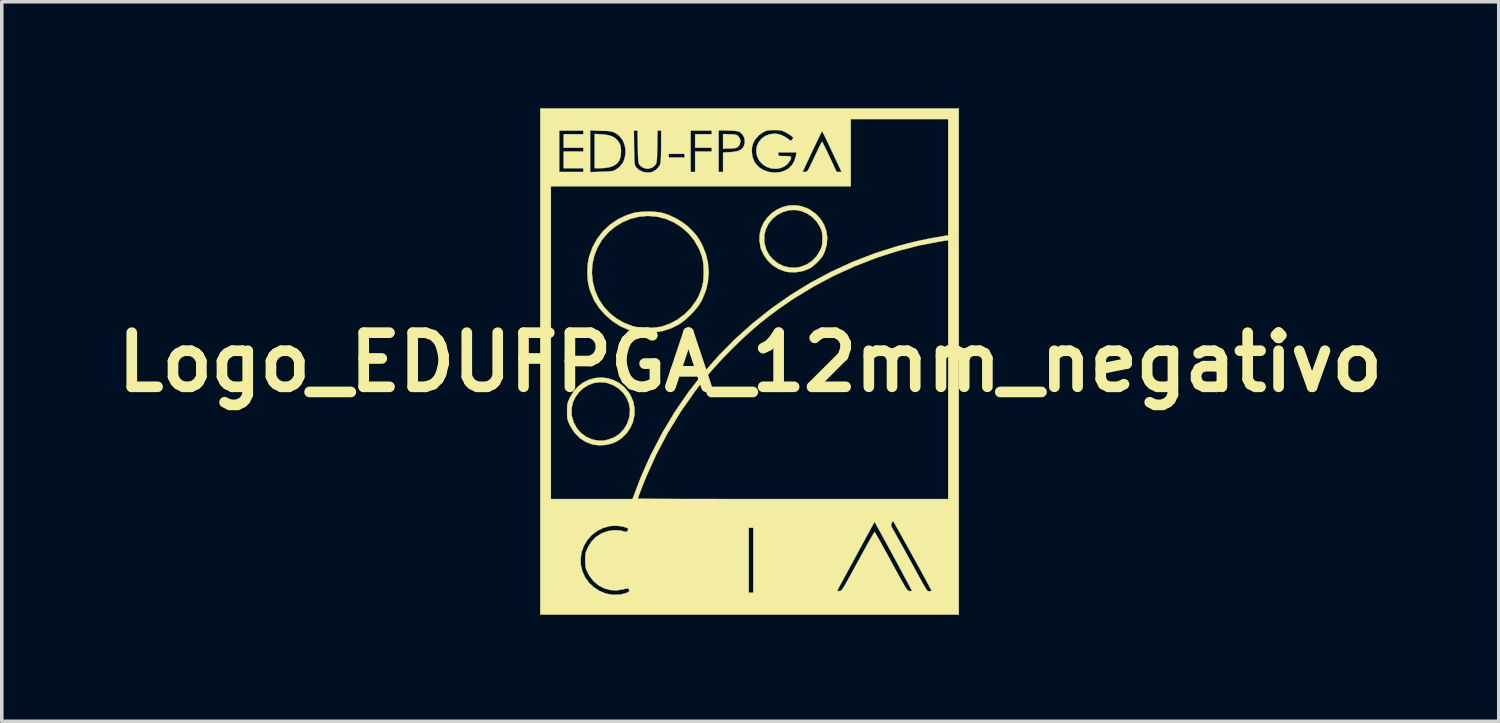
<source format=kicad_pcb>
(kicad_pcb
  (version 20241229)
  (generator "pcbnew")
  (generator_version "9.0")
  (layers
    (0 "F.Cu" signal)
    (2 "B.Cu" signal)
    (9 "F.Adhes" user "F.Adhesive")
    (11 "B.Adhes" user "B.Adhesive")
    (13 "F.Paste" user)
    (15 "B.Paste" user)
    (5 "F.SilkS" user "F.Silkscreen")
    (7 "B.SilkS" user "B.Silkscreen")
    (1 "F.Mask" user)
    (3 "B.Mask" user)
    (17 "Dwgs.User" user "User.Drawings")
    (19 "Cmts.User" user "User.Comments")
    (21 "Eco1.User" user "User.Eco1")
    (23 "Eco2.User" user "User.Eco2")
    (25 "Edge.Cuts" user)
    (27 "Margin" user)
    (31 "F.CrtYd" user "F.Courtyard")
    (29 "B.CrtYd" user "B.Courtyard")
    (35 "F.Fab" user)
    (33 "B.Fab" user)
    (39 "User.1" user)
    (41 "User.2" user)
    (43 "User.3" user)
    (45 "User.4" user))
  (footprint "Logo_EDUFPGA_12mm_negativo"
    (layer "F.Cu")
    (at 18.078 7.153)
    (property "Reference" "Logo_EDUFPGA_12mm_negativo" (at 0 0 0) (layer "F.SilkS") (effects (font (size 1.524 1.524) (thickness 0.3))))
    (attr through_hole)
    (fp_poly (pts (xy -0.573 -6.421) (xy -0.48 -6.417) (xy -0.419 -6.41) (xy -0.379 -6.398) (xy -0.351 -6.379) (xy -0.328 -6.354) (xy -0.285 -6.276) (xy -0.277 -6.222) (xy -0.296 -6.139) (xy -0.328 -6.091) (xy -0.355 -6.062) (xy -0.385 -6.044) (xy -0.427 -6.033) (xy -0.492 -6.027) (xy -0.573 -6.023) (xy -0.766 -6.016) (xy -0.766 -6.429) (xy -0.573 -6.421)) (stroke (width 0.01) (type solid)) (fill yes) (layer "F.SilkS"))
    (fp_poly (pts (xy -4.179 -6.419) (xy -4.025 -6.402) (xy -3.905 -6.369) (xy -3.811 -6.319) (xy -3.736 -6.247) (xy -3.713 -6.216) (xy -3.677 -6.157) (xy -3.656 -6.1) (xy -3.645 -6.026) (xy -3.641 -5.968) (xy -3.647 -5.82) (xy -3.681 -5.699) (xy -3.746 -5.605) (xy -3.843 -5.537) (xy -3.973 -5.492) (xy -4.138 -5.47) (xy -4.236 -5.467) (xy -4.382 -5.467) (xy -4.382 -6.431) (xy -4.179 -6.419)) (stroke (width 0.01) (type solid)) (fill yes) (layer "F.SilkS"))
    (fp_poly (pts (xy 1.424 -4.4) (xy 1.6 -4.34) (xy 1.683 -4.296) (xy 1.847 -4.178) (xy 1.979 -4.036) (xy 2.077 -3.875) (xy 2.14 -3.699) (xy 2.167 -3.515) (xy 2.155 -3.327) (xy 2.105 -3.139) (xy 2.048 -3.015) (xy 1.992 -2.933) (xy 1.911 -2.842) (xy 1.819 -2.753) (xy 1.726 -2.679) (xy 1.663 -2.64) (xy 1.482 -2.57) (xy 1.287 -2.537) (xy 1.091 -2.54) (xy 0.958 -2.566) (xy 0.785 -2.633) (xy 0.627 -2.736) (xy 0.489 -2.869) (xy 0.379 -3.024) (xy 0.302 -3.195) (xy 0.288 -3.245) (xy 0.263 -3.407) (xy 0.393 -3.407) (xy 0.404 -3.334) (xy 0.454 -3.163) (xy 0.536 -3.016) (xy 0.631 -2.905) (xy 0.777 -2.789) (xy 0.939 -2.71) (xy 1.112 -2.668) (xy 1.29 -2.665) (xy 1.415 -2.688) (xy 1.591 -2.756) (xy 1.745 -2.86) (xy 1.872 -2.996) (xy 1.965 -3.148) (xy 1.998 -3.222) (xy 2.018 -3.284) (xy 2.028 -3.351) (xy 2.031 -3.439) (xy 2.031 -3.478) (xy 2.03 -3.577) (xy 2.022 -3.65) (xy 2.006 -3.713) (xy 1.978 -3.782) (xy 1.966 -3.808) (xy 1.871 -3.962) (xy 1.749 -4.09) (xy 1.604 -4.19) (xy 1.444 -4.258) (xy 1.275 -4.29) (xy 1.102 -4.284) (xy 1.081 -4.28) (xy 0.904 -4.228) (xy 0.747 -4.143) (xy 0.615 -4.032) (xy 0.51 -3.897) (xy 0.435 -3.745) (xy 0.395 -3.58) (xy 0.393 -3.407) (xy 0.263 -3.407) (xy 0.258 -3.434) (xy 0.267 -3.616) (xy 0.31 -3.786) (xy 0.384 -3.942) (xy 0.484 -4.082) (xy 0.607 -4.202) (xy 0.748 -4.299) (xy 0.905 -4.37) (xy 1.072 -4.413) (xy 1.246 -4.424) (xy 1.424 -4.4)) (stroke (width 0.01) (type solid)) (fill yes) (layer "F.SilkS"))
    (fp_poly (pts (xy -4.024 0.447) (xy -3.855 0.498) (xy -3.695 0.58) (xy -3.551 0.696) (xy -3.425 0.845) (xy -3.372 0.93) (xy -3.296 1.107) (xy -3.26 1.291) (xy -3.261 1.476) (xy -3.298 1.658) (xy -3.37 1.83) (xy -3.474 1.987) (xy -3.611 2.124) (xy -3.745 2.219) (xy -3.901 2.288) (xy -4.077 2.327) (xy -4.26 2.336) (xy -4.438 2.313) (xy -4.465 2.306) (xy -4.642 2.237) (xy -4.802 2.131) (xy -4.941 1.99) (xy -5.055 1.818) (xy -5.082 1.766) (xy -5.117 1.691) (xy -5.139 1.632) (xy -5.152 1.575) (xy -5.157 1.506) (xy -5.159 1.411) (xy -5.159 1.383) (xy -5.158 1.298) (xy -5.033 1.298) (xy -5.032 1.467) (xy -5.025 1.514) (xy -4.971 1.697) (xy -4.883 1.858) (xy -4.764 1.993) (xy -4.619 2.099) (xy -4.449 2.171) (xy -4.424 2.178) (xy -4.281 2.206) (xy -4.148 2.206) (xy -4.009 2.179) (xy -3.833 2.113) (xy -3.682 2.013) (xy -3.559 1.883) (xy -3.466 1.726) (xy -3.406 1.546) (xy -3.398 1.502) (xy -3.388 1.326) (xy -3.417 1.157) (xy -3.482 1) (xy -3.578 0.859) (xy -3.703 0.739) (xy -3.853 0.645) (xy -4.024 0.582) (xy -4.081 0.57) (xy -4.252 0.558) (xy -4.417 0.585) (xy -4.571 0.645) (xy -4.711 0.735) (xy -4.831 0.849) (xy -4.928 0.984) (xy -4.997 1.135) (xy -5.033 1.298) (xy -5.158 1.298) (xy -5.158 1.28) (xy -5.154 1.206) (xy -5.143 1.147) (xy -5.123 1.089) (xy -5.091 1.018) (xy -5.08 0.994) (xy -4.976 0.821) (xy -4.849 0.679) (xy -4.702 0.569) (xy -4.542 0.49) (xy -4.372 0.444) (xy -4.198 0.429) (xy -4.024 0.447)) (stroke (width 0.01) (type solid)) (fill yes) (layer "F.SilkS"))
    (fp_poly (pts (xy -2.735 -4.241) (xy -2.592 -4.229) (xy -2.476 -4.208) (xy -2.468 -4.206) (xy -2.282 -4.143) (xy -2.093 -4.054) (xy -1.914 -3.946) (xy -1.76 -3.828) (xy -1.737 -3.807) (xy -1.609 -3.679) (xy -1.507 -3.56) (xy -1.424 -3.435) (xy -1.353 -3.305) (xy -1.253 -3.055) (xy -1.192 -2.798) (xy -1.172 -2.537) (xy -1.192 -2.277) (xy -1.251 -2.022) (xy -1.35 -1.778) (xy -1.408 -1.671) (xy -1.489 -1.553) (xy -1.598 -1.425) (xy -1.722 -1.298) (xy -1.851 -1.183) (xy -1.975 -1.09) (xy -2.015 -1.065) (xy -2.237 -0.955) (xy -2.467 -0.882) (xy -2.715 -0.845) (xy -2.819 -0.839) (xy -2.931 -0.838) (xy -3.039 -0.84) (xy -3.128 -0.845) (xy -3.18 -0.851) (xy -3.43 -0.917) (xy -3.662 -1.019) (xy -3.88 -1.159) (xy -4.087 -1.34) (xy -4.096 -1.349) (xy -4.267 -1.545) (xy -4.4 -1.756) (xy -4.501 -1.99) (xy -4.535 -2.097) (xy -4.568 -2.255) (xy -4.585 -2.436) (xy -4.585 -2.523) (xy -4.461 -2.523) (xy -4.436 -2.27) (xy -4.371 -2.017) (xy -4.37 -2.013) (xy -4.269 -1.784) (xy -4.133 -1.576) (xy -3.966 -1.393) (xy -3.772 -1.237) (xy -3.555 -1.112) (xy -3.319 -1.021) (xy -3.143 -0.979) (xy -3.042 -0.969) (xy -2.915 -0.967) (xy -2.776 -0.972) (xy -2.64 -0.984) (xy -2.522 -1.002) (xy -2.478 -1.012) (xy -2.251 -1.093) (xy -2.036 -1.212) (xy -1.839 -1.362) (xy -1.666 -1.539) (xy -1.524 -1.737) (xy -1.459 -1.857) (xy -1.394 -2.008) (xy -1.349 -2.148) (xy -1.323 -2.291) (xy -1.312 -2.454) (xy -1.311 -2.542) (xy -1.316 -2.719) (xy -1.335 -2.87) (xy -1.37 -3.01) (xy -1.425 -3.154) (xy -1.458 -3.225) (xy -1.586 -3.444) (xy -1.745 -3.638) (xy -1.934 -3.803) (xy -2.146 -3.938) (xy -2.378 -4.039) (xy -2.625 -4.102) (xy -2.64 -4.105) (xy -2.885 -4.123) (xy -3.131 -4.102) (xy -3.372 -4.042) (xy -3.601 -3.945) (xy -3.815 -3.814) (xy -4.002 -3.654) (xy -4.168 -3.459) (xy -4.298 -3.244) (xy -4.391 -3.014) (xy -4.445 -2.772) (xy -4.461 -2.523) (xy -4.585 -2.523) (xy -4.586 -2.626) (xy -4.571 -2.808) (xy -4.54 -2.969) (xy -4.536 -2.985) (xy -4.44 -3.245) (xy -4.31 -3.481) (xy -4.147 -3.691) (xy -3.955 -3.872) (xy -3.735 -4.023) (xy -3.489 -4.141) (xy -3.297 -4.204) (xy -3.185 -4.226) (xy -3.045 -4.239) (xy -2.89 -4.244) (xy -2.735 -4.241)) (stroke (width 0.01) (type solid)) (fill yes) (layer "F.SilkS"))
    (fp_poly (pts (xy 5.871 7.105) (xy -5.914 7.105) (xy -5.914 5.521) (xy -4.778 5.521) (xy -4.771 5.711) (xy -4.73 5.883) (xy -4.651 6.057) (xy -4.539 6.21) (xy -4.402 6.338) (xy -4.244 6.439) (xy -4.071 6.51) (xy -3.889 6.546) (xy -3.704 6.544) (xy -3.616 6.53) (xy -3.511 6.503) (xy -3.444 6.477) (xy -3.411 6.448) (xy -3.409 6.413) (xy -3.423 6.384) (xy -3.439 6.37) (xy -3.469 6.367) (xy -3.523 6.377) (xy -3.581 6.393) (xy -3.767 6.422) (xy -3.948 6.411) (xy -4.119 6.362) (xy -4.277 6.278) (xy -4.415 6.16) (xy -4.529 6.012) (xy -4.569 5.939) (xy -4.606 5.86) (xy -4.63 5.799) (xy -4.642 5.739) (xy -4.647 5.667) (xy -4.648 5.574) (xy -4.647 5.475) (xy -4.642 5.404) (xy -4.628 5.345) (xy -4.604 5.283) (xy -4.569 5.208) (xy -4.472 5.05) (xy -4.352 4.925) (xy -4.203 4.826) (xy -4.161 4.805) (xy -4 4.751) (xy -3.827 4.728) (xy -3.656 4.737) (xy -3.508 4.775) (xy -3.474 4.769) (xy -3.45 4.733) (xy -3.437 4.693) (xy -3.451 4.671) (xy -3.478 4.659) (xy -0.043 4.659) (xy -0.043 6.488) (xy 0.085 6.488) (xy 0.085 6.428) (xy 2.449 6.428) (xy 2.462 6.44) (xy 2.505 6.443) (xy 2.512 6.442) (xy 2.529 6.439) (xy 2.546 6.433) (xy 2.563 6.421) (xy 2.584 6.398) (xy 2.61 6.361) (xy 2.644 6.308) (xy 2.687 6.235) (xy 2.741 6.139) (xy 2.809 6.017) (xy 2.892 5.865) (xy 2.993 5.68) (xy 3.034 5.605) (xy 3.128 5.433) (xy 3.216 5.274) (xy 3.296 5.13) (xy 3.366 5.005) (xy 3.423 4.905) (xy 3.467 4.831) (xy 3.493 4.788) (xy 3.501 4.779) (xy 3.515 4.798) (xy 3.546 4.85) (xy 3.593 4.933) (xy 3.654 5.041) (xy 3.727 5.172) (xy 3.809 5.321) (xy 3.899 5.485) (xy 3.966 5.609) (xy 4.073 5.806) (xy 4.162 5.969) (xy 4.235 6.101) (xy 4.294 6.206) (xy 4.34 6.286) (xy 4.377 6.346) (xy 4.405 6.387) (xy 4.427 6.414) (xy 4.446 6.43) (xy 4.462 6.438) (xy 4.479 6.441) (xy 4.484 6.442) (xy 4.53 6.443) (xy 4.552 6.436) (xy 4.552 6.435) (xy 4.543 6.414) (xy 4.515 6.359) (xy 4.471 6.276) (xy 4.413 6.167) (xy 4.344 6.039) (xy 4.266 5.893) (xy 4.181 5.736) (xy 4.092 5.57) (xy 4 5.4) (xy 3.908 5.231) (xy 3.818 5.066) (xy 3.732 4.91) (xy 3.653 4.766) (xy 3.584 4.64) (xy 3.543 4.566) (xy 3.967 4.566) (xy 3.967 4.599) (xy 3.983 4.642) (xy 4.016 4.704) (xy 4.036 4.738) (xy 4.067 4.791) (xy 4.114 4.876) (xy 4.176 4.987) (xy 4.25 5.119) (xy 4.331 5.266) (xy 4.418 5.424) (xy 4.488 5.552) (xy 4.601 5.758) (xy 4.695 5.93) (xy 4.772 6.071) (xy 4.835 6.184) (xy 4.884 6.272) (xy 4.922 6.338) (xy 4.952 6.385) (xy 4.974 6.417) (xy 4.99 6.435) (xy 5.004 6.445) (xy 5.016 6.447) (xy 5.028 6.447) (xy 5.042 6.446) (xy 5.043 6.446) (xy 5.087 6.442) (xy 5.106 6.433) (xy 5.096 6.411) (xy 5.067 6.357) (xy 5.023 6.273) (xy 4.965 6.166) (xy 4.896 6.038) (xy 4.818 5.895) (xy 4.733 5.74) (xy 4.643 5.578) (xy 4.552 5.412) (xy 4.461 5.247) (xy 4.372 5.088) (xy 4.288 4.938) (xy 4.212 4.801) (xy 4.145 4.683) (xy 4.09 4.586) (xy 4.049 4.515) (xy 4.025 4.475) (xy 4.019 4.467) (xy 4.002 4.485) (xy 3.98 4.527) (xy 3.978 4.531) (xy 3.967 4.566) (xy 3.543 4.566) (xy 3.538 4.558) (xy 3.499 4.489) (xy 2.978 5.448) (xy 2.877 5.634) (xy 2.782 5.809) (xy 2.695 5.97) (xy 2.619 6.112) (xy 2.554 6.232) (xy 2.503 6.327) (xy 2.468 6.392) (xy 2.451 6.425) (xy 2.449 6.428) (xy 0.085 6.428) (xy 0.085 4.659) (xy -0.043 4.659) (xy -3.478 4.659) (xy -3.484 4.656) (xy -3.63 4.616) (xy -3.792 4.6) (xy -3.948 4.61) (xy -3.951 4.611) (xy -4.144 4.664) (xy -4.316 4.75) (xy -4.466 4.865) (xy -4.589 5.004) (xy -4.685 5.163) (xy -4.749 5.337) (xy -4.778 5.521) (xy -5.914 5.521) (xy -5.914 -4.957) (xy -5.616 -4.957) (xy -5.616 3.85) (xy -3.318 3.85) (xy -3.314 3.841) (xy -3.17 3.841) (xy -3.149 3.842) (xy -3.087 3.843) (xy -2.987 3.844) (xy -2.851 3.845) (xy -2.679 3.846) (xy -2.475 3.846) (xy -2.241 3.847) (xy -1.978 3.848) (xy -1.688 3.848) (xy -1.374 3.849) (xy -1.036 3.849) (xy -0.679 3.85) (xy -0.302 3.85) (xy 0.091 3.85) (xy 0.499 3.85) (xy 0.92 3.85) (xy 1.202 3.85) (xy 5.574 3.85) (xy 5.574 -3.44) (xy 5.387 -3.411) (xy 4.773 -3.295) (xy 4.159 -3.138) (xy 3.549 -2.942) (xy 2.948 -2.709) (xy 2.359 -2.441) (xy 1.787 -2.138) (xy 1.237 -1.804) (xy 1.14 -1.74) (xy 0.813 -1.515) (xy 0.512 -1.292) (xy 0.226 -1.063) (xy -0.054 -0.819) (xy -0.339 -0.553) (xy -0.522 -0.373) (xy -0.774 -0.115) (xy -0.999 0.129) (xy -1.209 0.372) (xy -1.412 0.625) (xy -1.559 0.818) (xy -1.958 1.387) (xy -2.319 1.975) (xy -2.641 2.582) (xy -2.925 3.205) (xy -3.066 3.56) (xy -3.104 3.659) (xy -3.135 3.744) (xy -3.158 3.807) (xy -3.169 3.839) (xy -3.17 3.841) (xy -3.314 3.841) (xy -3.298 3.803) (xy -3.282 3.763) (xy -3.256 3.694) (xy -3.224 3.607) (xy -3.2 3.542) (xy -3.073 3.217) (xy -2.923 2.872) (xy -2.788 2.583) (xy -2.477 1.983) (xy -2.13 1.405) (xy -1.751 0.852) (xy -1.34 0.323) (xy -0.899 -0.178) (xy -0.431 -0.652) (xy 0.065 -1.096) (xy 0.585 -1.51) (xy 1.129 -1.891) (xy 1.694 -2.239) (xy 2.28 -2.552) (xy 2.884 -2.829) (xy 3.505 -3.069) (xy 4.141 -3.27) (xy 4.2 -3.286) (xy 4.413 -3.343) (xy 4.612 -3.392) (xy 4.807 -3.436) (xy 5.011 -3.478) (xy 5.235 -3.519) (xy 5.488 -3.562) (xy 5.504 -3.564) (xy 5.574 -3.576) (xy 5.574 -6.85) (xy 2.829 -6.85) (xy 2.829 -4.957) (xy -5.616 -4.957) (xy -5.914 -4.957) (xy -5.914 -5.356) (xy -4.51 -5.356) (xy -4.196 -5.365) (xy -4.063 -5.369) (xy -3.966 -5.376) (xy -3.895 -5.384) (xy -3.844 -5.397) (xy -3.808 -5.412) (xy -3.685 -5.498) (xy -3.593 -5.611) (xy -3.553 -5.696) (xy -3.516 -5.843) (xy -3.513 -5.993) (xy -3.541 -6.137) (xy -3.598 -6.266) (xy -3.682 -6.37) (xy -3.683 -6.372) (xy -3.748 -6.425) (xy -3.809 -6.464) (xy -3.877 -6.491) (xy -3.961 -6.509) (xy -4.068 -6.52) (xy -4.209 -6.526) (xy -4.217 -6.526) (xy -4.356 -6.531) (xy -3.278 -6.531) (xy -3.272 -6.047) (xy -3.27 -5.891) (xy -3.267 -5.771) (xy -3.264 -5.682) (xy -3.259 -5.618) (xy -3.253 -5.573) (xy -3.243 -5.541) (xy -3.231 -5.516) (xy -3.218 -5.496) (xy -3.139 -5.419) (xy -3.035 -5.367) (xy -2.919 -5.343) (xy -2.803 -5.349) (xy -2.738 -5.369) (xy -2.654 -5.422) (xy -2.58 -5.499) (xy -2.533 -5.58) (xy -2.525 -5.622) (xy -2.519 -5.701) (xy -2.514 -5.81) (xy -2.513 -5.871) (xy -2.297 -5.871) (xy -2.297 -5.765) (xy -1.851 -5.765) (xy -1.851 -5.871) (xy -2.297 -5.871) (xy -2.513 -5.871) (xy -2.511 -5.945) (xy -2.51 -6.085) (xy -2.51 -6.531) (xy -1.681 -6.531) (xy -1.681 -5.361) (xy -1.553 -5.361) (xy -0.893 -5.361) (xy -0.766 -5.361) (xy -0.766 -5.909) (xy -0.569 -5.918) (xy -0.528 -5.922) (xy 0.042 -5.922) (xy 0.061 -5.788) (xy 0.105 -5.67) (xy 0.117 -5.648) (xy 0.169 -5.576) (xy 0.231 -5.508) (xy 0.26 -5.482) (xy 0.385 -5.407) (xy 0.532 -5.359) (xy 0.689 -5.341) (xy 0.844 -5.355) (xy 0.866 -5.361) (xy 1.472 -5.361) (xy 1.541 -5.361) (xy 1.564 -5.362) (xy 1.584 -5.367) (xy 1.603 -5.382) (xy 1.625 -5.412) (xy 1.653 -5.46) (xy 1.689 -5.532) (xy 1.737 -5.632) (xy 1.8 -5.766) (xy 1.809 -5.786) (xy 1.868 -5.91) (xy 1.92 -6.019) (xy 1.965 -6.109) (xy 1.998 -6.174) (xy 2.017 -6.208) (xy 2.021 -6.212) (xy 2.033 -6.193) (xy 2.061 -6.142) (xy 2.1 -6.063) (xy 2.15 -5.961) (xy 2.206 -5.844) (xy 2.233 -5.786) (xy 2.432 -5.361) (xy 2.572 -5.361) (xy 2.454 -5.611) (xy 2.402 -5.723) (xy 2.338 -5.858) (xy 2.27 -6.003) (xy 2.205 -6.142) (xy 2.185 -6.185) (xy 2.134 -6.292) (xy 2.089 -6.384) (xy 2.053 -6.455) (xy 2.03 -6.498) (xy 2.022 -6.509) (xy 2.01 -6.49) (xy 1.983 -6.438) (xy 1.943 -6.356) (xy 1.891 -6.25) (xy 1.831 -6.125) (xy 1.764 -5.984) (xy 1.741 -5.935) (xy 1.472 -5.361) (xy 0.866 -5.361) (xy 0.941 -5.382) (xy 1.073 -5.452) (xy 1.176 -5.554) (xy 1.248 -5.684) (xy 1.287 -5.823) (xy 1.301 -5.914) (xy 0.787 -5.914) (xy 0.787 -5.861) (xy 0.789 -5.835) (xy 0.799 -5.819) (xy 0.827 -5.811) (xy 0.881 -5.808) (xy 0.968 -5.808) (xy 1.063 -5.806) (xy 1.122 -5.798) (xy 1.147 -5.779) (xy 1.146 -5.745) (xy 1.123 -5.692) (xy 1.118 -5.682) (xy 1.044 -5.581) (xy 0.946 -5.509) (xy 0.831 -5.465) (xy 0.707 -5.45) (xy 0.58 -5.464) (xy 0.458 -5.506) (xy 0.349 -5.576) (xy 0.258 -5.674) (xy 0.239 -5.702) (xy 0.184 -5.831) (xy 0.167 -5.961) (xy 0.187 -6.088) (xy 0.24 -6.204) (xy 0.323 -6.303) (xy 0.434 -6.38) (xy 0.563 -6.426) (xy 0.71 -6.439) (xy 0.852 -6.411) (xy 0.993 -6.341) (xy 1.027 -6.318) (xy 1.143 -6.234) (xy 1.183 -6.278) (xy 1.207 -6.308) (xy 1.206 -6.331) (xy 1.177 -6.36) (xy 1.159 -6.375) (xy 1.104 -6.415) (xy 1.029 -6.459) (xy 0.979 -6.485) (xy 0.913 -6.514) (xy 0.852 -6.531) (xy 0.781 -6.539) (xy 0.685 -6.541) (xy 0.67 -6.541) (xy 0.571 -6.539) (xy 0.5 -6.532) (xy 0.442 -6.517) (xy 0.384 -6.491) (xy 0.37 -6.484) (xy 0.239 -6.392) (xy 0.133 -6.269) (xy 0.08 -6.173) (xy 0.047 -6.055) (xy 0.042 -5.922) (xy -0.528 -5.922) (xy -0.435 -5.93) (xy -0.336 -5.952) (xy -0.263 -5.989) (xy -0.209 -6.042) (xy -0.191 -6.069) (xy -0.155 -6.166) (xy -0.155 -6.27) (xy -0.188 -6.369) (xy -0.253 -6.453) (xy -0.291 -6.482) (xy -0.325 -6.499) (xy -0.373 -6.511) (xy -0.442 -6.519) (xy -0.541 -6.525) (xy -0.621 -6.528) (xy -0.893 -6.535) (xy -0.893 -5.361) (xy -1.553 -5.361) (xy -1.553 -5.935) (xy -1.085 -5.935) (xy -1.085 -6.042) (xy -1.553 -6.042) (xy -1.553 -6.424) (xy -1.085 -6.424) (xy -1.085 -6.531) (xy -1.681 -6.531) (xy -2.51 -6.531) (xy -2.613 -6.531) (xy -2.62 -6.079) (xy -2.623 -5.928) (xy -2.625 -5.814) (xy -2.629 -5.73) (xy -2.634 -5.67) (xy -2.642 -5.628) (xy -2.652 -5.598) (xy -2.666 -5.573) (xy -2.676 -5.558) (xy -2.746 -5.493) (xy -2.835 -5.459) (xy -2.931 -5.455) (xy -3.023 -5.483) (xy -3.1 -5.541) (xy -3.115 -5.559) (xy -3.129 -5.582) (xy -3.141 -5.608) (xy -3.149 -5.645) (xy -3.155 -5.698) (xy -3.159 -5.772) (xy -3.162 -5.875) (xy -3.165 -6.012) (xy -3.166 -6.075) (xy -3.173 -6.531) (xy -3.278 -6.531) (xy -4.356 -6.531) (xy -4.51 -6.536) (xy -4.51 -5.356) (xy -5.914 -5.356) (xy -5.914 -6.531) (xy -5.382 -6.531) (xy -5.382 -5.361) (xy -4.701 -5.361) (xy -4.701 -5.467) (xy -5.254 -5.467) (xy -5.254 -5.935) (xy -4.701 -5.935) (xy -4.701 -6.042) (xy -5.254 -6.042) (xy -5.254 -6.424) (xy -4.701 -6.424) (xy -4.701 -6.531) (xy -5.382 -6.531) (xy -5.914 -6.531) (xy -5.914 -7.148) (xy 5.871 -7.148) (xy 5.871 7.105)) (stroke (width 0.01) (type solid)) (fill yes) (layer "F.SilkS")))
  (gr_rect
    (start -3 -3)
    (end 39.155 17.263)
    (stroke (width 0.1) (type default))
    (fill no)
    (layer "Edge.Cuts")))
</source>
